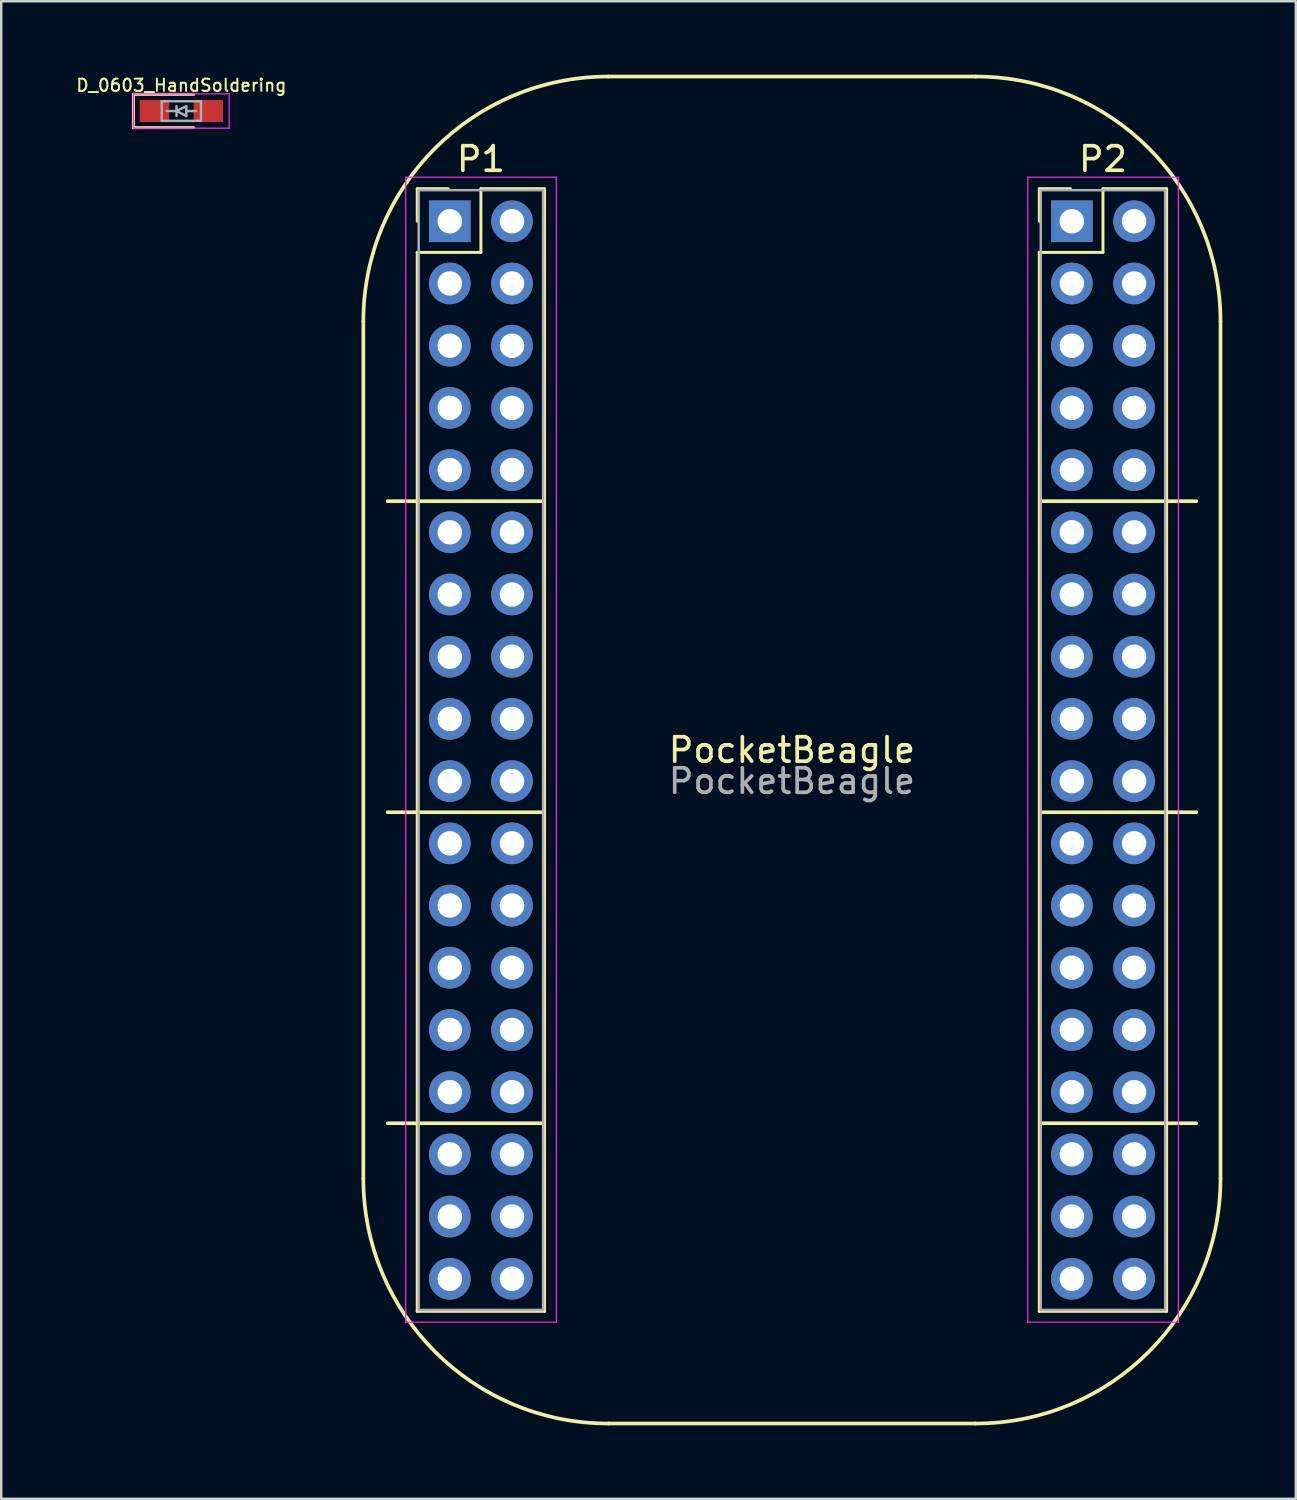
<source format=kicad_pcb>
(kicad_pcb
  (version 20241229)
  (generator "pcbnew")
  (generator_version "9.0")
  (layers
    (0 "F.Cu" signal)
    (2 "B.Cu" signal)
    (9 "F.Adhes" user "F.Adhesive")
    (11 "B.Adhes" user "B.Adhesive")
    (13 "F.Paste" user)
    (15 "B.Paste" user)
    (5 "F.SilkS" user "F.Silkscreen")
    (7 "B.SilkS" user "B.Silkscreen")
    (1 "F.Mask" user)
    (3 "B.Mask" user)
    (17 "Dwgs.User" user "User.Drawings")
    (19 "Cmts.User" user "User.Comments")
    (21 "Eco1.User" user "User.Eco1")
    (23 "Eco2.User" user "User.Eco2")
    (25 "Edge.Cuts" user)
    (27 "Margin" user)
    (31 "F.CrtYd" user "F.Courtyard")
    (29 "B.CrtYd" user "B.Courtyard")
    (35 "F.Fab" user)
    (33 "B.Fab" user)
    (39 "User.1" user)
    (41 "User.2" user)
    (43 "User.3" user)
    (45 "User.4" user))
  (footprint "PocketBeagle"
    (layer "F.Cu")
    (at 15.316 5.985)
    (property "Reference" "PocketBeagle" (at 13.97 21.59 0) (layer "F.SilkS") (effects (font (size 1 1) (thickness 0.15))))
    (attr through_hole)
    (fp_line (start -3.53 39.09) (end -3.53 4.09) (stroke (width 0.15) (type solid)) (layer "F.SilkS"))
    (fp_line (start -2.54 11.43) (end 3.81 11.43) (stroke (width 0.15) (type solid)) (layer "F.SilkS"))
    (fp_line (start -2.54 24.13) (end 3.81 24.13) (stroke (width 0.15) (type solid)) (layer "F.SilkS"))
    (fp_line (start -2.54 36.83) (end 3.81 36.83) (stroke (width 0.15) (type solid)) (layer "F.SilkS"))
    (fp_line (start -1.33 -1.33) (end -0.06 -1.33) (stroke (width 0.12) (type solid)) (layer "F.SilkS"))
    (fp_line (start -1.33 0) (end -1.33 -1.33) (stroke (width 0.12) (type solid)) (layer "F.SilkS"))
    (fp_line (start -1.33 1.27) (end -1.33 44.51) (stroke (width 0.12) (type solid)) (layer "F.SilkS"))
    (fp_line (start -1.33 44.51) (end 3.87 44.51) (stroke (width 0.12) (type solid)) (layer "F.SilkS"))
    (fp_line (start 1.27 -1.33) (end 1.27 1.27) (stroke (width 0.12) (type solid)) (layer "F.SilkS"))
    (fp_line (start 1.27 1.27) (end -1.33 1.27) (stroke (width 0.12) (type solid)) (layer "F.SilkS"))
    (fp_line (start 3.87 -1.33) (end 1.27 -1.33) (stroke (width 0.12) (type solid)) (layer "F.SilkS"))
    (fp_line (start 3.87 44.51) (end 3.87 -1.33) (stroke (width 0.12) (type solid)) (layer "F.SilkS"))
    (fp_line (start 6.47 -5.91) (end 21.47 -5.91) (stroke (width 0.15) (type solid)) (layer "F.SilkS"))
    (fp_line (start 21.47 49.09) (end 6.47 49.09) (stroke (width 0.15) (type solid)) (layer "F.SilkS"))
    (fp_line (start 24.07 -1.33) (end 25.34 -1.33) (stroke (width 0.12) (type solid)) (layer "F.SilkS"))
    (fp_line (start 24.07 0) (end 24.07 -1.33) (stroke (width 0.12) (type solid)) (layer "F.SilkS"))
    (fp_line (start 24.07 1.27) (end 24.07 44.51) (stroke (width 0.12) (type solid)) (layer "F.SilkS"))
    (fp_line (start 24.07 44.51) (end 29.27 44.51) (stroke (width 0.12) (type solid)) (layer "F.SilkS"))
    (fp_line (start 26.67 -1.33) (end 26.67 1.27) (stroke (width 0.12) (type solid)) (layer "F.SilkS"))
    (fp_line (start 26.67 1.27) (end 24.07 1.27) (stroke (width 0.12) (type solid)) (layer "F.SilkS"))
    (fp_line (start 29.27 -1.33) (end 26.67 -1.33) (stroke (width 0.12) (type solid)) (layer "F.SilkS"))
    (fp_line (start 29.27 44.51) (end 29.27 -1.33) (stroke (width 0.12) (type solid)) (layer "F.SilkS"))
    (fp_line (start 30.48 11.43) (end 24.13 11.43) (stroke (width 0.15) (type solid)) (layer "F.SilkS"))
    (fp_line (start 30.48 24.13) (end 24.13 24.13) (stroke (width 0.15) (type solid)) (layer "F.SilkS"))
    (fp_line (start 30.48 36.83) (end 24.13 36.83) (stroke (width 0.15) (type solid)) (layer "F.SilkS"))
    (fp_line (start 31.47 4.09) (end 31.47 39.09) (stroke (width 0.15) (type solid)) (layer "F.SilkS"))
    (fp_arc (start -3.53 4.09) (mid -0.601068 -2.981068) (end 6.47 -5.91) (stroke (width 0.15) (type solid)) (layer "F.SilkS"))
    (fp_arc (start 6.47 49.09) (mid -0.601068 46.161068) (end -3.53 39.09) (stroke (width 0.15) (type solid)) (layer "F.SilkS"))
    (fp_arc (start 21.47 -5.91) (mid 28.541068 -2.981068) (end 31.47 4.09) (stroke (width 0.15) (type solid)) (layer "F.SilkS"))
    (fp_arc (start 31.47 39.09) (mid 28.541068 46.161068) (end 21.47 49.09) (stroke (width 0.15) (type solid)) (layer "F.SilkS"))
    (fp_line (start -1.8 -1.8) (end 4.35 -1.8) (stroke (width 0.05) (type solid)) (layer "F.CrtYd"))
    (fp_line (start -1.8 44.95) (end -1.8 -1.8) (stroke (width 0.05) (type solid)) (layer "F.CrtYd"))
    (fp_line (start 4.35 -1.8) (end 4.35 44.95) (stroke (width 0.05) (type solid)) (layer "F.CrtYd"))
    (fp_line (start 4.35 44.95) (end -1.8 44.95) (stroke (width 0.05) (type solid)) (layer "F.CrtYd"))
    (fp_line (start 23.6 -1.8) (end 29.75 -1.8) (stroke (width 0.05) (type solid)) (layer "F.CrtYd"))
    (fp_line (start 23.6 44.95) (end 23.6 -1.8) (stroke (width 0.05) (type solid)) (layer "F.CrtYd"))
    (fp_line (start 29.75 -1.8) (end 29.75 44.95) (stroke (width 0.05) (type solid)) (layer "F.CrtYd"))
    (fp_line (start 29.75 44.95) (end 23.6 44.95) (stroke (width 0.05) (type solid)) (layer "F.CrtYd"))
    (fp_line (start -1.27 -1.27) (end 3.81 -1.27) (stroke (width 0.1) (type solid)) (layer "F.Fab"))
    (fp_line (start -1.27 44.45) (end -1.27 -1.27) (stroke (width 0.1) (type solid)) (layer "F.Fab"))
    (fp_line (start 3.81 -1.27) (end 3.81 44.45) (stroke (width 0.1) (type solid)) (layer "F.Fab"))
    (fp_line (start 3.81 44.45) (end -1.27 44.45) (stroke (width 0.1) (type solid)) (layer "F.Fab"))
    (fp_line (start 24.13 -1.27) (end 29.21 -1.27) (stroke (width 0.1) (type solid)) (layer "F.Fab"))
    (fp_line (start 24.13 44.45) (end 24.13 -1.27) (stroke (width 0.1) (type solid)) (layer "F.Fab"))
    (fp_line (start 29.21 -1.27) (end 29.21 44.45) (stroke (width 0.1) (type solid)) (layer "F.Fab"))
    (fp_line (start 29.21 44.45) (end 24.13 44.45) (stroke (width 0.1) (type solid)) (layer "F.Fab"))
    (fp_text user "P1" (at 1.27 -2.54 0) (layer "F.SilkS") (effects (font (size 1 1) (thickness 0.15))))
    (fp_text user "P2" (at 26.67 -2.54 0) (layer "F.SilkS") (effects (font (size 1 1) (thickness 0.15))))
    (fp_text user "${REFERENCE}" (at 13.97 22.86 0) (layer "F.Fab") (effects (font (size 1 1) (thickness 0.15))))
    (pad "1" thru_hole rect (at 0 0) (size 1.7 1.7) (drill 1) (layers "*.Cu" "*.Mask"))
    (pad "1" thru_hole rect (at 25.4 0) (size 1.7 1.7) (drill 1) (layers "*.Cu" "*.Mask"))
    (pad "2" thru_hole oval (at 2.54 0) (size 1.7 1.7) (drill 1) (layers "*.Cu" "*.Mask"))
    (pad "2" thru_hole oval (at 27.94 0) (size 1.7 1.7) (drill 1) (layers "*.Cu" "*.Mask"))
    (pad "3" thru_hole oval (at 0 2.54) (size 1.7 1.7) (drill 1) (layers "*.Cu" "*.Mask"))
    (pad "3" thru_hole oval (at 25.4 2.54) (size 1.7 1.7) (drill 1) (layers "*.Cu" "*.Mask"))
    (pad "4" thru_hole oval (at 2.54 2.54) (size 1.7 1.7) (drill 1) (layers "*.Cu" "*.Mask"))
    (pad "4" thru_hole oval (at 27.94 2.54) (size 1.7 1.7) (drill 1) (layers "*.Cu" "*.Mask"))
    (pad "5" thru_hole oval (at 0 5.08) (size 1.7 1.7) (drill 1) (layers "*.Cu" "*.Mask"))
    (pad "5" thru_hole oval (at 25.4 5.08) (size 1.7 1.7) (drill 1) (layers "*.Cu" "*.Mask"))
    (pad "6" thru_hole oval (at 2.54 5.08) (size 1.7 1.7) (drill 1) (layers "*.Cu" "*.Mask"))
    (pad "6" thru_hole oval (at 27.94 5.08) (size 1.7 1.7) (drill 1) (layers "*.Cu" "*.Mask"))
    (pad "7" thru_hole oval (at 0 7.62) (size 1.7 1.7) (drill 1) (layers "*.Cu" "*.Mask"))
    (pad "7" thru_hole oval (at 25.4 7.62) (size 1.7 1.7) (drill 1) (layers "*.Cu" "*.Mask"))
    (pad "8" thru_hole oval (at 2.54 7.62) (size 1.7 1.7) (drill 1) (layers "*.Cu" "*.Mask"))
    (pad "8" thru_hole oval (at 27.94 7.62) (size 1.7 1.7) (drill 1) (layers "*.Cu" "*.Mask"))
    (pad "9" thru_hole oval (at 0 10.16) (size 1.7 1.7) (drill 1) (layers "*.Cu" "*.Mask"))
    (pad "9" thru_hole oval (at 25.4 10.16) (size 1.7 1.7) (drill 1) (layers "*.Cu" "*.Mask"))
    (pad "10" thru_hole oval (at 2.54 10.16) (size 1.7 1.7) (drill 1) (layers "*.Cu" "*.Mask"))
    (pad "10" thru_hole oval (at 27.94 10.16) (size 1.7 1.7) (drill 1) (layers "*.Cu" "*.Mask"))
    (pad "11" thru_hole oval (at 0 12.7) (size 1.7 1.7) (drill 1) (layers "*.Cu" "*.Mask"))
    (pad "11" thru_hole oval (at 25.4 12.7) (size 1.7 1.7) (drill 1) (layers "*.Cu" "*.Mask"))
    (pad "12" thru_hole oval (at 2.54 12.7) (size 1.7 1.7) (drill 1) (layers "*.Cu" "*.Mask"))
    (pad "12" thru_hole oval (at 27.94 12.7) (size 1.7 1.7) (drill 1) (layers "*.Cu" "*.Mask"))
    (pad "13" thru_hole oval (at 0 15.24) (size 1.7 1.7) (drill 1) (layers "*.Cu" "*.Mask"))
    (pad "13" thru_hole oval (at 25.4 15.24) (size 1.7 1.7) (drill 1) (layers "*.Cu" "*.Mask"))
    (pad "14" thru_hole oval (at 2.54 15.24) (size 1.7 1.7) (drill 1) (layers "*.Cu" "*.Mask"))
    (pad "14" thru_hole oval (at 27.94 15.24) (size 1.7 1.7) (drill 1) (layers "*.Cu" "*.Mask"))
    (pad "15" thru_hole oval (at 0 17.78) (size 1.7 1.7) (drill 1) (layers "*.Cu" "*.Mask"))
    (pad "15" thru_hole oval (at 25.4 17.78) (size 1.7 1.7) (drill 1) (layers "*.Cu" "*.Mask"))
    (pad "16" thru_hole oval (at 2.54 17.78) (size 1.7 1.7) (drill 1) (layers "*.Cu" "*.Mask"))
    (pad "16" thru_hole oval (at 27.94 17.78) (size 1.7 1.7) (drill 1) (layers "*.Cu" "*.Mask"))
    (pad "17" thru_hole oval (at 0 20.32) (size 1.7 1.7) (drill 1) (layers "*.Cu" "*.Mask"))
    (pad "17" thru_hole oval (at 25.4 20.32) (size 1.7 1.7) (drill 1) (layers "*.Cu" "*.Mask"))
    (pad "18" thru_hole oval (at 2.54 20.32) (size 1.7 1.7) (drill 1) (layers "*.Cu" "*.Mask"))
    (pad "18" thru_hole oval (at 27.94 20.32) (size 1.7 1.7) (drill 1) (layers "*.Cu" "*.Mask"))
    (pad "19" thru_hole oval (at 0 22.86) (size 1.7 1.7) (drill 1) (layers "*.Cu" "*.Mask"))
    (pad "19" thru_hole oval (at 25.4 22.86) (size 1.7 1.7) (drill 1) (layers "*.Cu" "*.Mask"))
    (pad "20" thru_hole oval (at 2.54 22.86) (size 1.7 1.7) (drill 1) (layers "*.Cu" "*.Mask"))
    (pad "20" thru_hole oval (at 27.94 22.86) (size 1.7 1.7) (drill 1) (layers "*.Cu" "*.Mask"))
    (pad "21" thru_hole oval (at 0 25.4) (size 1.7 1.7) (drill 1) (layers "*.Cu" "*.Mask"))
    (pad "21" thru_hole oval (at 25.4 25.4) (size 1.7 1.7) (drill 1) (layers "*.Cu" "*.Mask"))
    (pad "22" thru_hole oval (at 2.54 25.4) (size 1.7 1.7) (drill 1) (layers "*.Cu" "*.Mask"))
    (pad "22" thru_hole oval (at 27.94 25.4) (size 1.7 1.7) (drill 1) (layers "*.Cu" "*.Mask"))
    (pad "23" thru_hole oval (at 0 27.94) (size 1.7 1.7) (drill 1) (layers "*.Cu" "*.Mask"))
    (pad "23" thru_hole oval (at 25.4 27.94) (size 1.7 1.7) (drill 1) (layers "*.Cu" "*.Mask"))
    (pad "24" thru_hole oval (at 2.54 27.94) (size 1.7 1.7) (drill 1) (layers "*.Cu" "*.Mask"))
    (pad "24" thru_hole oval (at 27.94 27.94) (size 1.7 1.7) (drill 1) (layers "*.Cu" "*.Mask"))
    (pad "25" thru_hole oval (at 0 30.48) (size 1.7 1.7) (drill 1) (layers "*.Cu" "*.Mask"))
    (pad "25" thru_hole oval (at 25.4 30.48) (size 1.7 1.7) (drill 1) (layers "*.Cu" "*.Mask"))
    (pad "26" thru_hole oval (at 2.54 30.48) (size 1.7 1.7) (drill 1) (layers "*.Cu" "*.Mask"))
    (pad "26" thru_hole oval (at 27.94 30.48) (size 1.7 1.7) (drill 1) (layers "*.Cu" "*.Mask"))
    (pad "27" thru_hole oval (at 0 33.02) (size 1.7 1.7) (drill 1) (layers "*.Cu" "*.Mask"))
    (pad "27" thru_hole oval (at 25.4 33.02) (size 1.7 1.7) (drill 1) (layers "*.Cu" "*.Mask"))
    (pad "28" thru_hole oval (at 2.54 33.02) (size 1.7 1.7) (drill 1) (layers "*.Cu" "*.Mask"))
    (pad "28" thru_hole oval (at 27.94 33.02) (size 1.7 1.7) (drill 1) (layers "*.Cu" "*.Mask"))
    (pad "29" thru_hole oval (at 0 35.56) (size 1.7 1.7) (drill 1) (layers "*.Cu" "*.Mask"))
    (pad "29" thru_hole oval (at 25.4 35.56) (size 1.7 1.7) (drill 1) (layers "*.Cu" "*.Mask"))
    (pad "30" thru_hole oval (at 2.54 35.56) (size 1.7 1.7) (drill 1) (layers "*.Cu" "*.Mask"))
    (pad "30" thru_hole oval (at 27.94 35.56) (size 1.7 1.7) (drill 1) (layers "*.Cu" "*.Mask"))
    (pad "31" thru_hole oval (at 0 38.1) (size 1.7 1.7) (drill 1) (layers "*.Cu" "*.Mask"))
    (pad "31" thru_hole oval (at 25.4 38.1) (size 1.7 1.7) (drill 1) (layers "*.Cu" "*.Mask"))
    (pad "32" thru_hole oval (at 2.54 38.1) (size 1.7 1.7) (drill 1) (layers "*.Cu" "*.Mask"))
    (pad "32" thru_hole oval (at 27.94 38.1) (size 1.7 1.7) (drill 1) (layers "*.Cu" "*.Mask"))
    (pad "33" thru_hole oval (at 0 40.64) (size 1.7 1.7) (drill 1) (layers "*.Cu" "*.Mask"))
    (pad "33" thru_hole oval (at 25.4 40.64) (size 1.7 1.7) (drill 1) (layers "*.Cu" "*.Mask"))
    (pad "34" thru_hole oval (at 2.54 40.64) (size 1.7 1.7) (drill 1) (layers "*.Cu" "*.Mask"))
    (pad "34" thru_hole oval (at 27.94 40.64) (size 1.7 1.7) (drill 1) (layers "*.Cu" "*.Mask"))
    (pad "35" thru_hole oval (at 0 43.18) (size 1.7 1.7) (drill 1) (layers "*.Cu" "*.Mask"))
    (pad "35" thru_hole oval (at 25.4 43.18) (size 1.7 1.7) (drill 1) (layers "*.Cu" "*.Mask"))
    (pad "36" thru_hole oval (at 2.54 43.18) (size 1.7 1.7) (drill 1) (layers "*.Cu" "*.Mask"))
    (pad "36" thru_hole oval (at 27.94 43.18) (size 1.7 1.7) (drill 1) (layers "*.Cu" "*.Mask")))
  (footprint "D_0603_HandSoldering"
    (layer "F.Cu")
    (at 4.356 1.483)
    (property "Reference" "D_0603_HandSoldering" (at 0 -1.05 0) (layer "F.SilkS") (effects (font (size 0.5 0.5) (thickness 0.08))))
    (attr smd)
    (fp_line (start -1.96 -0.68) (end -1.96 0.68) (stroke (width 0.12) (type solid)) (layer "F.SilkS"))
    (fp_line (start -1.96 -0.68) (end 0.5 -0.68) (stroke (width 0.12) (type solid)) (layer "F.SilkS"))
    (fp_line (start 0.5 0.68) (end -1.96 0.68) (stroke (width 0.12) (type solid)) (layer "F.SilkS"))
    (fp_line (start -1.96 -0.7) (end -1.96 0.7) (stroke (width 0.05) (type solid)) (layer "F.CrtYd"))
    (fp_line (start -1.96 -0.7) (end 1.95 -0.7) (stroke (width 0.05) (type solid)) (layer "F.CrtYd"))
    (fp_line (start 1.95 0.7) (end -1.96 0.7) (stroke (width 0.05) (type solid)) (layer "F.CrtYd"))
    (fp_line (start 1.95 0.7) (end 1.95 -0.7) (stroke (width 0.05) (type solid)) (layer "F.CrtYd"))
    (fp_line (start -0.8 -0.4) (end 0.8 -0.4) (stroke (width 0.1) (type solid)) (layer "F.Fab"))
    (fp_line (start -0.8 0.4) (end -0.8 -0.4) (stroke (width 0.1) (type solid)) (layer "F.Fab"))
    (fp_line (start -0.6 0) (end -0.2 0) (stroke (width 0.1) (type solid)) (layer "F.Fab"))
    (fp_line (start -0.2 0) (end 0.2 -0.2) (stroke (width 0.1) (type solid)) (layer "F.Fab"))
    (fp_line (start -0.2 0.2) (end -0.2 -0.2) (stroke (width 0.1) (type solid)) (layer "F.Fab"))
    (fp_line (start 0.2 -0.2) (end 0.2 0.2) (stroke (width 0.1) (type solid)) (layer "F.Fab"))
    (fp_line (start 0.2 0) (end 0.6 0) (stroke (width 0.1) (type solid)) (layer "F.Fab"))
    (fp_line (start 0.2 0.2) (end -0.2 0) (stroke (width 0.1) (type solid)) (layer "F.Fab"))
    (fp_line (start 0.8 -0.4) (end 0.8 0.4) (stroke (width 0.1) (type solid)) (layer "F.Fab"))
    (fp_line (start 0.8 0.4) (end -0.8 0.4) (stroke (width 0.1) (type solid)) (layer "F.Fab"))
    (pad "1" smd rect (at -1.1 0) (size 1.2 0.9) (layers "F.Cu" "F.Mask" "F.Paste"))
    (pad "2" smd rect (at 1.1 0) (size 1.2 0.9) (layers "F.Cu" "F.Mask" "F.Paste")))
  (gr_rect
    (start -3 -3)
    (end 49.861 58.15)
    (stroke (width 0.1) (type default))
    (fill no)
    (layer "Edge.Cuts")))
</source>
